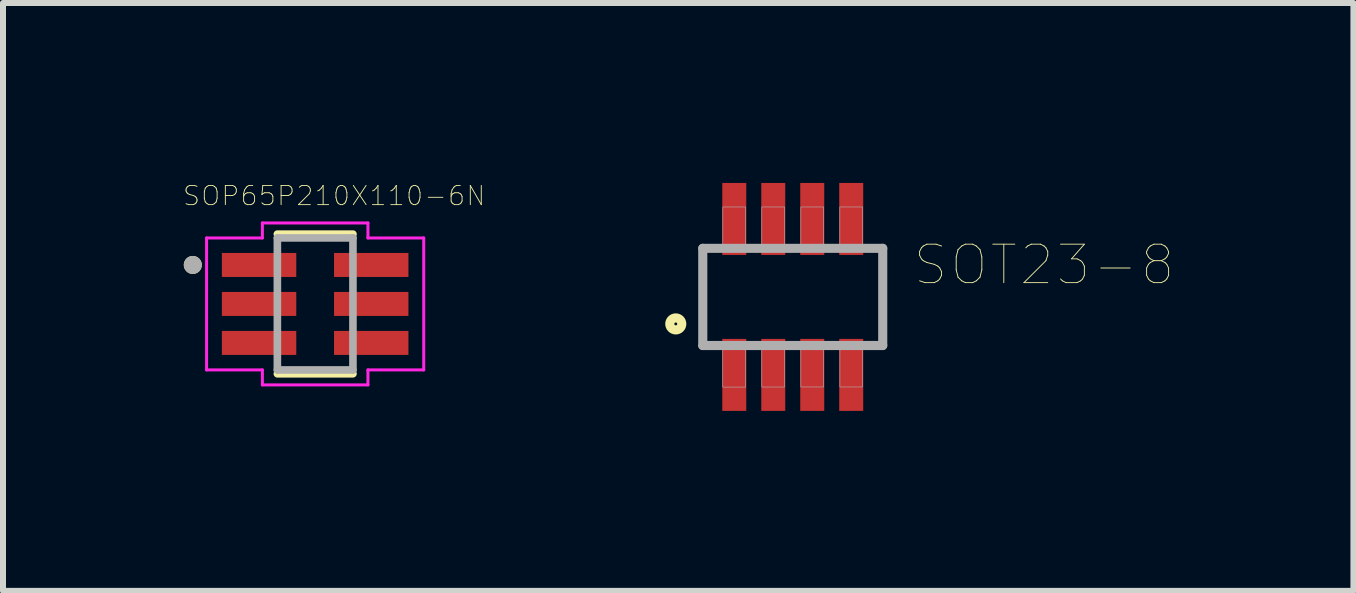
<source format=kicad_pcb>
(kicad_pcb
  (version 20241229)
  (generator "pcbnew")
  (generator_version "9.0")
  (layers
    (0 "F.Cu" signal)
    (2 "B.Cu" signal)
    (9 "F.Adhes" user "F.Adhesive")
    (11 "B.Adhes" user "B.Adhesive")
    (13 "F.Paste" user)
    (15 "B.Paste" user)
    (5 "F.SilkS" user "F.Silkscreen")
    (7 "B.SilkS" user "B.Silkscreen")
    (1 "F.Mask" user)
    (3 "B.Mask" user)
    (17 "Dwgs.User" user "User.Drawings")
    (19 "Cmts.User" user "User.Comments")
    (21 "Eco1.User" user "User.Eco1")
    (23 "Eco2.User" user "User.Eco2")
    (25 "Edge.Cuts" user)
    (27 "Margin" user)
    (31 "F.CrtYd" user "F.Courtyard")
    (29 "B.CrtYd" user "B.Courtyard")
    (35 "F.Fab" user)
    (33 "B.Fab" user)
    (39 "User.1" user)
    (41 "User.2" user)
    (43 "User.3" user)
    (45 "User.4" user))
  (footprint "SOT23-8"
    (layer "F.Cu")
    (at 10.166 1.9)
    (property "Reference" "SOT23-8" (at 4.19 -0.534 0) (layer "F.SilkS") (effects (font (size 0.641 0.641) (thickness 0.015))))
    (attr through_hole)
    (fp_circle (center -1.95 0.45) (end -1.85 0.45) (stroke (width 0.152) (type solid)) (fill no) (layer "F.SilkS"))
    (fp_line (start -1.5 -0.81) (end 1.5 -0.81) (stroke (width 0.152) (type solid)) (layer "F.Fab"))
    (fp_line (start -1.5 0.81) (end -1.5 -0.81) (stroke (width 0.152) (type solid)) (layer "F.Fab"))
    (fp_line (start 1.5 -0.81) (end 1.5 0.81) (stroke (width 0.152) (type solid)) (layer "F.Fab"))
    (fp_line (start 1.5 0.81) (end -1.5 0.81) (stroke (width 0.152) (type solid)) (layer "F.Fab"))
    (fp_poly (pts (xy -1.167 0.875) (xy -0.785 0.875) (xy -0.785 1.503) (xy -1.167 1.503)) (stroke (width 0.01) (type solid)) (fill no) (layer "F.Fab"))
    (fp_poly (pts (xy -1.166 -1.5) (xy -0.785 -1.5) (xy -0.785 -0.876) (xy -1.166 -0.876)) (stroke (width 0.01) (type solid)) (fill no) (layer "F.Fab"))
    (fp_poly (pts (xy -0.516 -1.5) (xy -0.135 -1.5) (xy -0.135 -0.877) (xy -0.516 -0.877)) (stroke (width 0.01) (type solid)) (fill no) (layer "F.Fab"))
    (fp_poly (pts (xy -0.516 0.875) (xy -0.135 0.875) (xy -0.135 1.502) (xy -0.516 1.502)) (stroke (width 0.01) (type solid)) (fill no) (layer "F.Fab"))
    (fp_poly (pts (xy 0.135 0.875) (xy 0.515 0.875) (xy 0.515 1.501) (xy 0.135 1.501)) (stroke (width 0.01) (type solid)) (fill no) (layer "F.Fab"))
    (fp_poly (pts (xy 0.135 -1.5) (xy 0.515 -1.5) (xy 0.515 -0.875) (xy 0.135 -0.875)) (stroke (width 0.01) (type solid)) (fill no) (layer "F.Fab"))
    (fp_poly (pts (xy 0.785 -1.5) (xy 1.165 -1.5) (xy 1.165 -0.875) (xy 0.785 -0.875)) (stroke (width 0.01) (type solid)) (fill no) (layer "F.Fab"))
    (fp_poly (pts (xy 0.786 0.875) (xy 1.165 0.875) (xy 1.165 1.501) (xy 0.786 1.501)) (stroke (width 0.01) (type solid)) (fill no) (layer "F.Fab"))
    (pad "1" smd rect (at -0.975 1.3) (size 0.4 1.2) (layers "F.Cu" "F.Mask" "F.Paste"))
    (pad "2" smd rect (at -0.325 1.3) (size 0.4 1.2) (layers "F.Cu" "F.Mask" "F.Paste"))
    (pad "3" smd rect (at 0.325 1.3) (size 0.4 1.2) (layers "F.Cu" "F.Mask" "F.Paste"))
    (pad "4" smd rect (at 0.975 1.3) (size 0.4 1.2) (layers "F.Cu" "F.Mask" "F.Paste"))
    (pad "5" smd rect (at 0.975 -1.3) (size 0.4 1.2) (layers "F.Cu" "F.Mask" "F.Paste"))
    (pad "6" smd rect (at 0.325 -1.3) (size 0.4 1.2) (layers "F.Cu" "F.Mask" "F.Paste"))
    (pad "7" smd rect (at -0.325 -1.3) (size 0.4 1.2) (layers "F.Cu" "F.Mask" "F.Paste"))
    (pad "8" smd rect (at -0.975 -1.3) (size 0.4 1.2) (layers "F.Cu" "F.Mask" "F.Paste")))
  (footprint "SOP65P210X110-6N"
    (layer "F.Cu")
    (at 2.204 2.017)
    (property "Reference" "SOP65P210X110-6N" (at 0.316 -1.803 0) (layer "F.SilkS") (effects (font (size 0.32 0.32) (thickness 0.015))))
    (attr through_hole)
    (fp_line (start -0.63 -1.164) (end 0.63 -1.164) (stroke (width 0.127) (type solid)) (layer "F.SilkS"))
    (fp_line (start -0.63 1.164) (end 0.63 1.164) (stroke (width 0.127) (type solid)) (layer "F.SilkS"))
    (fp_circle (center -2.04 -0.65) (end -1.965 -0.65) (stroke (width 0.15) (type solid)) (fill no) (layer "F.SilkS"))
    (fp_line (start -1.81 -1.1) (end -0.88 -1.1) (stroke (width 0.05) (type solid)) (layer "F.CrtYd"))
    (fp_line (start -1.81 1.1) (end -1.81 -1.1) (stroke (width 0.05) (type solid)) (layer "F.CrtYd"))
    (fp_line (start -0.88 -1.35) (end -0.88 -1.1) (stroke (width 0.05) (type solid)) (layer "F.CrtYd"))
    (fp_line (start -0.88 -1.35) (end 0.88 -1.35) (stroke (width 0.05) (type solid)) (layer "F.CrtYd"))
    (fp_line (start -0.88 1.1) (end -1.81 1.1) (stroke (width 0.05) (type solid)) (layer "F.CrtYd"))
    (fp_line (start -0.88 1.35) (end -0.88 1.1) (stroke (width 0.05) (type solid)) (layer "F.CrtYd"))
    (fp_line (start 0.88 -1.35) (end 0.88 -1.1) (stroke (width 0.05) (type solid)) (layer "F.CrtYd"))
    (fp_line (start 0.88 -1.1) (end 1.81 -1.1) (stroke (width 0.05) (type solid)) (layer "F.CrtYd"))
    (fp_line (start 0.88 1.1) (end 0.88 1.35) (stroke (width 0.05) (type solid)) (layer "F.CrtYd"))
    (fp_line (start 0.88 1.35) (end -0.88 1.35) (stroke (width 0.05) (type solid)) (layer "F.CrtYd"))
    (fp_line (start 1.81 -1.1) (end 1.81 1.1) (stroke (width 0.05) (type solid)) (layer "F.CrtYd"))
    (fp_line (start 1.81 1.1) (end 0.88 1.1) (stroke (width 0.05) (type solid)) (layer "F.CrtYd"))
    (fp_line (start -0.63 -1.1) (end -0.63 1.1) (stroke (width 0.127) (type solid)) (layer "F.Fab"))
    (fp_line (start -0.63 -1.1) (end 0.63 -1.1) (stroke (width 0.127) (type solid)) (layer "F.Fab"))
    (fp_line (start 0.63 -1.1) (end 0.63 1.1) (stroke (width 0.127) (type solid)) (layer "F.Fab"))
    (fp_line (start 0.63 1.1) (end -0.63 1.1) (stroke (width 0.127) (type solid)) (layer "F.Fab"))
    (fp_circle (center -2.04 -0.65) (end -1.965 -0.65) (stroke (width 0.15) (type solid)) (fill no) (layer "F.Fab"))
    (pad "1" smd rect (at -0.935 -0.65) (size 1.24 0.4) (layers "F.Cu" "F.Mask" "F.Paste"))
    (pad "2" smd rect (at -0.935 0) (size 1.24 0.4) (layers "F.Cu" "F.Mask" "F.Paste"))
    (pad "3" smd rect (at -0.935 0.65) (size 1.24 0.4) (layers "F.Cu" "F.Mask" "F.Paste"))
    (pad "4" smd rect (at 0.935 0.65) (size 1.24 0.4) (layers "F.Cu" "F.Mask" "F.Paste"))
    (pad "5" smd rect (at 0.935 0) (size 1.24 0.4) (layers "F.Cu" "F.Mask" "F.Paste"))
    (pad "6" smd rect (at 0.935 -0.65) (size 1.24 0.4) (layers "F.Cu" "F.Mask" "F.Paste")))
  (gr_rect
    (start -3 -3)
    (end 19.513 6.8)
    (stroke (width 0.1) (type default))
    (fill no)
    (layer "Edge.Cuts")))
</source>
